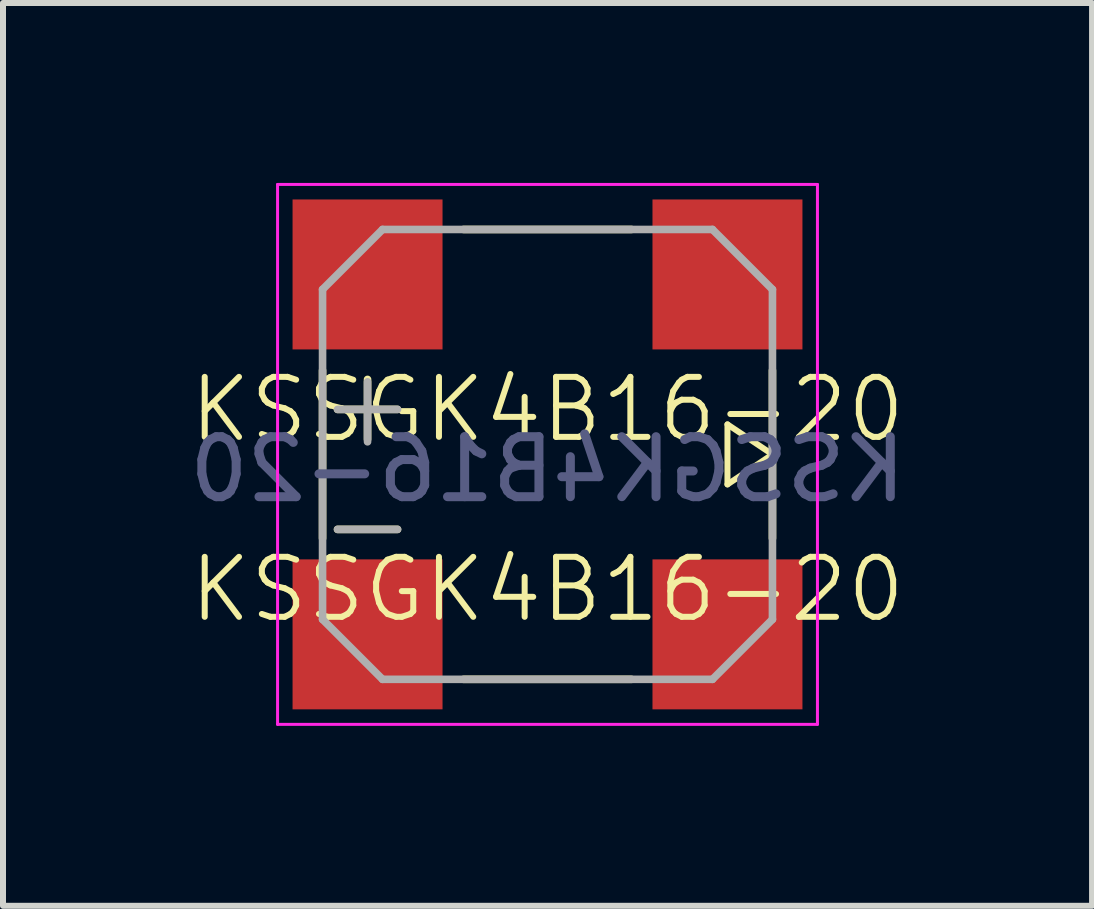
<source format=kicad_pcb>
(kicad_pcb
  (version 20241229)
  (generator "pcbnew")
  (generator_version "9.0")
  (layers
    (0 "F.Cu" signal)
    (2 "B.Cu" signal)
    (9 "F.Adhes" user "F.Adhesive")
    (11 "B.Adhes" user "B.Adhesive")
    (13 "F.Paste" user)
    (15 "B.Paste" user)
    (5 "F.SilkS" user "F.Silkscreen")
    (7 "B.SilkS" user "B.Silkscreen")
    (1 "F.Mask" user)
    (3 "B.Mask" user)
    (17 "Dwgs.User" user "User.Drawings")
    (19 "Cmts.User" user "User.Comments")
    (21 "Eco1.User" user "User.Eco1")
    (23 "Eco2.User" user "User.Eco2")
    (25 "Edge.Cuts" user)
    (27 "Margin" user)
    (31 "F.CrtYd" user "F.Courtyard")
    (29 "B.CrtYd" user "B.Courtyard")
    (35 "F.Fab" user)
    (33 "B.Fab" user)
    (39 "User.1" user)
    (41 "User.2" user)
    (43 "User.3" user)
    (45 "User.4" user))
  (footprint "KSSGK4B16-20"
    (layer "F.Cu")
    (at 6.077 4.275)
    (property "Reference" "KSSGK4B16-20" (at 0 -0.5 0) (unlocked yes) (layer "F.SilkS") (effects (font (size 1 1) (thickness 0.1))))
    (attr smd)
    (fp_line (start -3.75 -1.15) (end -3.75 1.65) (stroke (width 0.127) (type solid)) (layer "F.SilkS"))
    (fp_line (start -3 0) (end -3 -1) (stroke (width 0.127) (type solid)) (layer "F.SilkS"))
    (fp_line (start -2.5 -0.5) (end -3.5 -0.5) (stroke (width 0.127) (type solid)) (layer "F.SilkS"))
    (fp_line (start -2.5 1.5) (end -3.5 1.5) (stroke (width 0.127) (type solid)) (layer "F.SilkS"))
    (fp_line (start 1.4 -3.5) (end -1.4 -3.5) (stroke (width 0.127) (type solid)) (layer "F.SilkS"))
    (fp_line (start 1.4 4) (end -1.4 4) (stroke (width 0.127) (type solid)) (layer "F.SilkS"))
    (fp_line (start 3 0.75) (end 3 -0.25) (stroke (width 0.1) (type default)) (layer "F.SilkS"))
    (fp_line (start 3.75 -1.15) (end 3.75 1.65) (stroke (width 0.127) (type solid)) (layer "F.SilkS"))
    (fp_line (start 3.75 0.25) (end 3 -0.25) (stroke (width 0.1) (type default)) (layer "F.SilkS"))
    (fp_line (start 3.75 0.25) (end 3 0.75) (stroke (width 0.1) (type default)) (layer "F.SilkS"))
    (fp_line (start -4.5 -4.25) (end -4.5 4.75) (stroke (width 0.05) (type solid)) (layer "F.CrtYd"))
    (fp_line (start -4.5 4.75) (end 4.5 4.75) (stroke (width 0.05) (type solid)) (layer "F.CrtYd"))
    (fp_line (start 4.5 -4.25) (end -4.5 -4.25) (stroke (width 0.05) (type solid)) (layer "F.CrtYd"))
    (fp_line (start 4.5 4.75) (end 4.5 -4.25) (stroke (width 0.05) (type solid)) (layer "F.CrtYd"))
    (fp_line (start -3.75 -2.5) (end -3.75 3) (stroke (width 0.127) (type solid)) (layer "F.Fab"))
    (fp_line (start -3 0.04) (end -3 -0.96) (stroke (width 0.127) (type solid)) (layer "F.Fab"))
    (fp_line (start -2.75 -3.5) (end -3.75 -2.5) (stroke (width 0.127) (type solid)) (layer "F.Fab"))
    (fp_line (start -2.75 4) (end -3.75 3) (stroke (width 0.127) (type solid)) (layer "F.Fab"))
    (fp_line (start -2.5 -0.5) (end -3.5 -0.5) (stroke (width 0.127) (type solid)) (layer "F.Fab"))
    (fp_line (start -2.5 1.5) (end -3.5 1.5) (stroke (width 0.127) (type solid)) (layer "F.Fab"))
    (fp_line (start 2.75 -3.5) (end -2.75 -3.5) (stroke (width 0.127) (type solid)) (layer "F.Fab"))
    (fp_line (start 2.75 4) (end -2.75 4) (stroke (width 0.127) (type solid)) (layer "F.Fab"))
    (fp_line (start 3.75 -2.5) (end 2.75 -3.5) (stroke (width 0.127) (type solid)) (layer "F.Fab"))
    (fp_line (start 3.75 -2.5) (end 3.75 3) (stroke (width 0.127) (type solid)) (layer "F.Fab"))
    (fp_line (start 3.75 3) (end 2.75 4) (stroke (width 0.127) (type solid)) (layer "F.Fab"))
    (fp_text user "${REFERENCE}" (at 0 2.5 0) (unlocked yes) (layer "F.SilkS") (effects (font (size 1 1) (thickness 0.1))))
    (fp_text user "${REFERENCE}" (at 0 0.5 0) (unlocked yes) (layer "B.Fab") (effects (font (size 1 1) (thickness 0.15)) (justify mirror)))
    (pad "N" smd rect (at -3 3.25 180) (size 2.5 2.5) (layers "F.Cu" "F.Mask" "F.Paste"))
    (pad "NC1" smd rect (at 3 -2.75 180) (size 2.5 2.5) (layers "F.Cu" "F.Mask" "F.Paste"))
    (pad "NC2" smd rect (at 3 3.25 180) (size 2.5 2.5) (layers "F.Cu" "F.Mask" "F.Paste"))
    (pad "P" smd rect (at -3 -2.75 180) (size 2.5 2.5) (layers "F.Cu" "F.Mask" "F.Paste")))
  (gr_rect
    (start -3 -3)
    (end 15.155 12.05)
    (stroke (width 0.1) (type default))
    (fill no)
    (layer "Edge.Cuts")))
</source>
